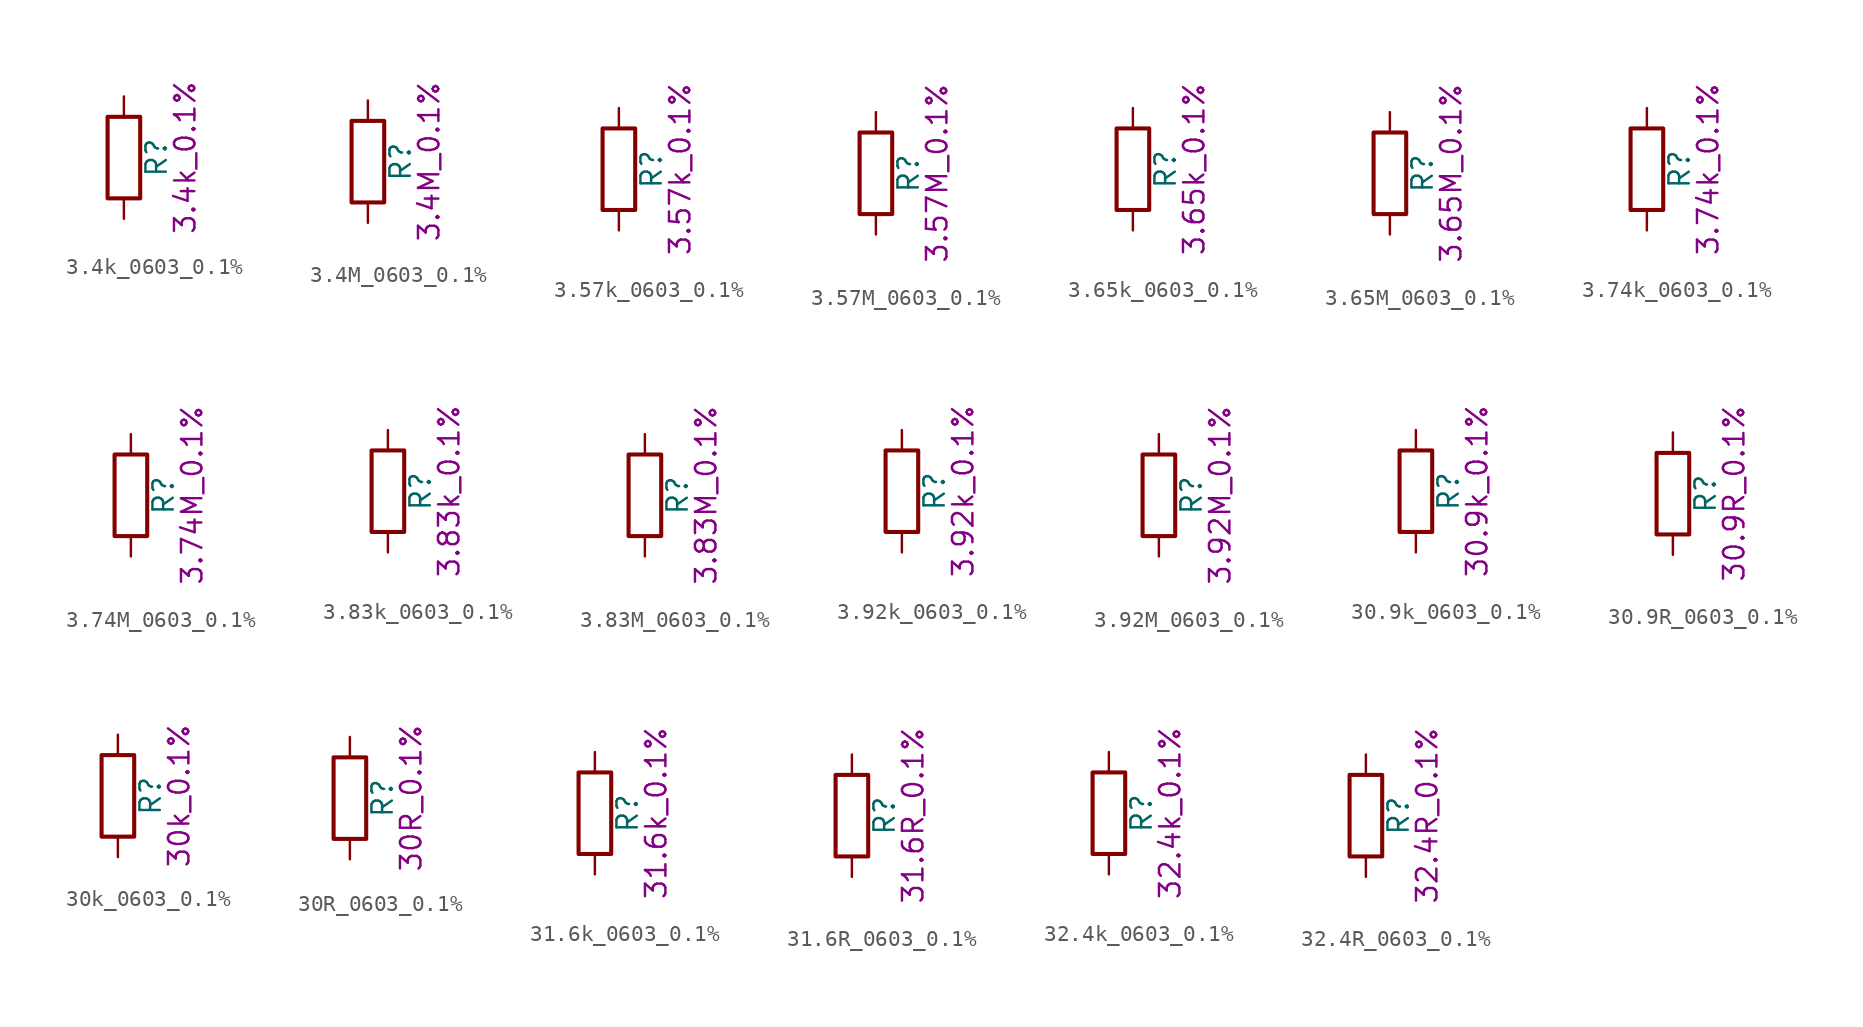
<source format=kicad_sym>
(kicad_symbol_lib
  (version 20211014)
  (generator kicad_symbol_editor)
  (symbol "3.4k_0603_0.1%"
    (pin_numbers hide)
    (pin_names
      (offset 0))
    (property "Reference" "R"
      (at 2.032 0 90)
      (effects (font (size 1.27 1.27))))
    (property "Display" "3.4k_0.1%"
      (at 3.81 0 90)
      (effects (font (size 1.27 1.27))))
    (symbol "3.4k_0603_0.1%_0_1"
      (rectangle (start -1.016 -2.54) (end 1.016 2.54) (stroke (width 0.254) (type default) (color 0 0 0 0)) (fill (type none))))
    (symbol "3.4k_0603_0.1%_1_1"
      (pin passive line (at 0 3.81 270) (length 1.27) (name "~" (effects (font (size 1.27 1.27)))) (number "1" (effects (font (size 1.27 1.27)))))
      (pin passive line (at 0 -3.81 90) (length 1.27) (name "~" (effects (font (size 1.27 1.27)))) (number "2" (effects (font (size 1.27 1.27)))))))
  (symbol "3.4M_0603_0.1%"
    (pin_numbers hide)
    (pin_names
      (offset 0))
    (property "Reference" "R"
      (at 2.032 0 90)
      (effects (font (size 1.27 1.27))))
    (property "Display" "3.4M_0.1%"
      (at 3.81 0 90)
      (effects (font (size 1.27 1.27))))
    (symbol "3.4M_0603_0.1%_0_1"
      (rectangle (start -1.016 -2.54) (end 1.016 2.54) (stroke (width 0.254) (type default) (color 0 0 0 0)) (fill (type none))))
    (symbol "3.4M_0603_0.1%_1_1"
      (pin passive line (at 0 3.81 270) (length 1.27) (name "~" (effects (font (size 1.27 1.27)))) (number "1" (effects (font (size 1.27 1.27)))))
      (pin passive line (at 0 -3.81 90) (length 1.27) (name "~" (effects (font (size 1.27 1.27)))) (number "2" (effects (font (size 1.27 1.27)))))))
  (symbol "3.57k_0603_0.1%"
    (pin_numbers hide)
    (pin_names
      (offset 0))
    (property "Reference" "R"
      (at 2.032 0 90)
      (effects (font (size 1.27 1.27))))
    (property "Display" "3.57k_0.1%"
      (at 3.81 0 90)
      (effects (font (size 1.27 1.27))))
    (symbol "3.57k_0603_0.1%_0_1"
      (rectangle (start -1.016 -2.54) (end 1.016 2.54) (stroke (width 0.254) (type default) (color 0 0 0 0)) (fill (type none))))
    (symbol "3.57k_0603_0.1%_1_1"
      (pin passive line (at 0 3.81 270) (length 1.27) (name "~" (effects (font (size 1.27 1.27)))) (number "1" (effects (font (size 1.27 1.27)))))
      (pin passive line (at 0 -3.81 90) (length 1.27) (name "~" (effects (font (size 1.27 1.27)))) (number "2" (effects (font (size 1.27 1.27)))))))
  (symbol "3.57M_0603_0.1%"
    (pin_numbers hide)
    (pin_names
      (offset 0))
    (property "Reference" "R"
      (at 2.032 0 90)
      (effects (font (size 1.27 1.27))))
    (property "Display" "3.57M_0.1%"
      (at 3.81 0 90)
      (effects (font (size 1.27 1.27))))
    (symbol "3.57M_0603_0.1%_0_1"
      (rectangle (start -1.016 -2.54) (end 1.016 2.54) (stroke (width 0.254) (type default) (color 0 0 0 0)) (fill (type none))))
    (symbol "3.57M_0603_0.1%_1_1"
      (pin passive line (at 0 3.81 270) (length 1.27) (name "~" (effects (font (size 1.27 1.27)))) (number "1" (effects (font (size 1.27 1.27)))))
      (pin passive line (at 0 -3.81 90) (length 1.27) (name "~" (effects (font (size 1.27 1.27)))) (number "2" (effects (font (size 1.27 1.27)))))))
  (symbol "3.65k_0603_0.1%"
    (pin_numbers hide)
    (pin_names
      (offset 0))
    (property "Reference" "R"
      (at 2.032 0 90)
      (effects (font (size 1.27 1.27))))
    (property "Display" "3.65k_0.1%"
      (at 3.81 0 90)
      (effects (font (size 1.27 1.27))))
    (symbol "3.65k_0603_0.1%_0_1"
      (rectangle (start -1.016 -2.54) (end 1.016 2.54) (stroke (width 0.254) (type default) (color 0 0 0 0)) (fill (type none))))
    (symbol "3.65k_0603_0.1%_1_1"
      (pin passive line (at 0 3.81 270) (length 1.27) (name "~" (effects (font (size 1.27 1.27)))) (number "1" (effects (font (size 1.27 1.27)))))
      (pin passive line (at 0 -3.81 90) (length 1.27) (name "~" (effects (font (size 1.27 1.27)))) (number "2" (effects (font (size 1.27 1.27)))))))
  (symbol "3.65M_0603_0.1%"
    (pin_numbers hide)
    (pin_names
      (offset 0))
    (property "Reference" "R"
      (at 2.032 0 90)
      (effects (font (size 1.27 1.27))))
    (property "Display" "3.65M_0.1%"
      (at 3.81 0 90)
      (effects (font (size 1.27 1.27))))
    (symbol "3.65M_0603_0.1%_0_1"
      (rectangle (start -1.016 -2.54) (end 1.016 2.54) (stroke (width 0.254) (type default) (color 0 0 0 0)) (fill (type none))))
    (symbol "3.65M_0603_0.1%_1_1"
      (pin passive line (at 0 3.81 270) (length 1.27) (name "~" (effects (font (size 1.27 1.27)))) (number "1" (effects (font (size 1.27 1.27)))))
      (pin passive line (at 0 -3.81 90) (length 1.27) (name "~" (effects (font (size 1.27 1.27)))) (number "2" (effects (font (size 1.27 1.27)))))))
  (symbol "3.74k_0603_0.1%"
    (pin_numbers hide)
    (pin_names
      (offset 0))
    (property "Reference" "R"
      (at 2.032 0 90)
      (effects (font (size 1.27 1.27))))
    (property "Display" "3.74k_0.1%"
      (at 3.81 0 90)
      (effects (font (size 1.27 1.27))))
    (symbol "3.74k_0603_0.1%_0_1"
      (rectangle (start -1.016 -2.54) (end 1.016 2.54) (stroke (width 0.254) (type default) (color 0 0 0 0)) (fill (type none))))
    (symbol "3.74k_0603_0.1%_1_1"
      (pin passive line (at 0 3.81 270) (length 1.27) (name "~" (effects (font (size 1.27 1.27)))) (number "1" (effects (font (size 1.27 1.27)))))
      (pin passive line (at 0 -3.81 90) (length 1.27) (name "~" (effects (font (size 1.27 1.27)))) (number "2" (effects (font (size 1.27 1.27)))))))
  (symbol "3.74M_0603_0.1%"
    (pin_numbers hide)
    (pin_names
      (offset 0))
    (property "Reference" "R"
      (at 2.032 0 90)
      (effects (font (size 1.27 1.27))))
    (property "Display" "3.74M_0.1%"
      (at 3.81 0 90)
      (effects (font (size 1.27 1.27))))
    (symbol "3.74M_0603_0.1%_0_1"
      (rectangle (start -1.016 -2.54) (end 1.016 2.54) (stroke (width 0.254) (type default) (color 0 0 0 0)) (fill (type none))))
    (symbol "3.74M_0603_0.1%_1_1"
      (pin passive line (at 0 3.81 270) (length 1.27) (name "~" (effects (font (size 1.27 1.27)))) (number "1" (effects (font (size 1.27 1.27)))))
      (pin passive line (at 0 -3.81 90) (length 1.27) (name "~" (effects (font (size 1.27 1.27)))) (number "2" (effects (font (size 1.27 1.27)))))))
  (symbol "3.83k_0603_0.1%"
    (pin_numbers hide)
    (pin_names
      (offset 0))
    (property "Reference" "R"
      (at 2.032 0 90)
      (effects (font (size 1.27 1.27))))
    (property "Display" "3.83k_0.1%"
      (at 3.81 0 90)
      (effects (font (size 1.27 1.27))))
    (symbol "3.83k_0603_0.1%_0_1"
      (rectangle (start -1.016 -2.54) (end 1.016 2.54) (stroke (width 0.254) (type default) (color 0 0 0 0)) (fill (type none))))
    (symbol "3.83k_0603_0.1%_1_1"
      (pin passive line (at 0 3.81 270) (length 1.27) (name "~" (effects (font (size 1.27 1.27)))) (number "1" (effects (font (size 1.27 1.27)))))
      (pin passive line (at 0 -3.81 90) (length 1.27) (name "~" (effects (font (size 1.27 1.27)))) (number "2" (effects (font (size 1.27 1.27)))))))
  (symbol "3.83M_0603_0.1%"
    (pin_numbers hide)
    (pin_names
      (offset 0))
    (property "Reference" "R"
      (at 2.032 0 90)
      (effects (font (size 1.27 1.27))))
    (property "Display" "3.83M_0.1%"
      (at 3.81 0 90)
      (effects (font (size 1.27 1.27))))
    (symbol "3.83M_0603_0.1%_0_1"
      (rectangle (start -1.016 -2.54) (end 1.016 2.54) (stroke (width 0.254) (type default) (color 0 0 0 0)) (fill (type none))))
    (symbol "3.83M_0603_0.1%_1_1"
      (pin passive line (at 0 3.81 270) (length 1.27) (name "~" (effects (font (size 1.27 1.27)))) (number "1" (effects (font (size 1.27 1.27)))))
      (pin passive line (at 0 -3.81 90) (length 1.27) (name "~" (effects (font (size 1.27 1.27)))) (number "2" (effects (font (size 1.27 1.27)))))))
  (symbol "3.92k_0603_0.1%"
    (pin_numbers hide)
    (pin_names
      (offset 0))
    (property "Reference" "R"
      (at 2.032 0 90)
      (effects (font (size 1.27 1.27))))
    (property "Display" "3.92k_0.1%"
      (at 3.81 0 90)
      (effects (font (size 1.27 1.27))))
    (symbol "3.92k_0603_0.1%_0_1"
      (rectangle (start -1.016 -2.54) (end 1.016 2.54) (stroke (width 0.254) (type default) (color 0 0 0 0)) (fill (type none))))
    (symbol "3.92k_0603_0.1%_1_1"
      (pin passive line (at 0 3.81 270) (length 1.27) (name "~" (effects (font (size 1.27 1.27)))) (number "1" (effects (font (size 1.27 1.27)))))
      (pin passive line (at 0 -3.81 90) (length 1.27) (name "~" (effects (font (size 1.27 1.27)))) (number "2" (effects (font (size 1.27 1.27)))))))
  (symbol "3.92M_0603_0.1%"
    (pin_numbers hide)
    (pin_names
      (offset 0))
    (property "Reference" "R"
      (at 2.032 0 90)
      (effects (font (size 1.27 1.27))))
    (property "Display" "3.92M_0.1%"
      (at 3.81 0 90)
      (effects (font (size 1.27 1.27))))
    (symbol "3.92M_0603_0.1%_0_1"
      (rectangle (start -1.016 -2.54) (end 1.016 2.54) (stroke (width 0.254) (type default) (color 0 0 0 0)) (fill (type none))))
    (symbol "3.92M_0603_0.1%_1_1"
      (pin passive line (at 0 3.81 270) (length 1.27) (name "~" (effects (font (size 1.27 1.27)))) (number "1" (effects (font (size 1.27 1.27)))))
      (pin passive line (at 0 -3.81 90) (length 1.27) (name "~" (effects (font (size 1.27 1.27)))) (number "2" (effects (font (size 1.27 1.27)))))))
  (symbol "30.9k_0603_0.1%"
    (pin_numbers hide)
    (pin_names
      (offset 0))
    (property "Reference" "R"
      (at 2.032 0 90)
      (effects (font (size 1.27 1.27))))
    (property "Display" "30.9k_0.1%"
      (at 3.81 0 90)
      (effects (font (size 1.27 1.27))))
    (symbol "30.9k_0603_0.1%_0_1"
      (rectangle (start -1.016 -2.54) (end 1.016 2.54) (stroke (width 0.254) (type default) (color 0 0 0 0)) (fill (type none))))
    (symbol "30.9k_0603_0.1%_1_1"
      (pin passive line (at 0 3.81 270) (length 1.27) (name "~" (effects (font (size 1.27 1.27)))) (number "1" (effects (font (size 1.27 1.27)))))
      (pin passive line (at 0 -3.81 90) (length 1.27) (name "~" (effects (font (size 1.27 1.27)))) (number "2" (effects (font (size 1.27 1.27)))))))
  (symbol "30.9R_0603_0.1%"
    (pin_numbers hide)
    (pin_names
      (offset 0))
    (property "Reference" "R"
      (at 2.032 0 90)
      (effects (font (size 1.27 1.27))))
    (property "Display" "30.9R_0.1%"
      (at 3.81 0 90)
      (effects (font (size 1.27 1.27))))
    (symbol "30.9R_0603_0.1%_0_1"
      (rectangle (start -1.016 -2.54) (end 1.016 2.54) (stroke (width 0.254) (type default) (color 0 0 0 0)) (fill (type none))))
    (symbol "30.9R_0603_0.1%_1_1"
      (pin passive line (at 0 3.81 270) (length 1.27) (name "~" (effects (font (size 1.27 1.27)))) (number "1" (effects (font (size 1.27 1.27)))))
      (pin passive line (at 0 -3.81 90) (length 1.27) (name "~" (effects (font (size 1.27 1.27)))) (number "2" (effects (font (size 1.27 1.27)))))))
  (symbol "30k_0603_0.1%"
    (pin_numbers hide)
    (pin_names
      (offset 0))
    (property "Reference" "R"
      (at 2.032 0 90)
      (effects (font (size 1.27 1.27))))
    (property "Display" "30k_0.1%"
      (at 3.81 0 90)
      (effects (font (size 1.27 1.27))))
    (symbol "30k_0603_0.1%_0_1"
      (rectangle (start -1.016 -2.54) (end 1.016 2.54) (stroke (width 0.254) (type default) (color 0 0 0 0)) (fill (type none))))
    (symbol "30k_0603_0.1%_1_1"
      (pin passive line (at 0 3.81 270) (length 1.27) (name "~" (effects (font (size 1.27 1.27)))) (number "1" (effects (font (size 1.27 1.27)))))
      (pin passive line (at 0 -3.81 90) (length 1.27) (name "~" (effects (font (size 1.27 1.27)))) (number "2" (effects (font (size 1.27 1.27)))))))
  (symbol "30R_0603_0.1%"
    (pin_numbers hide)
    (pin_names
      (offset 0))
    (property "Reference" "R"
      (at 2.032 0 90)
      (effects (font (size 1.27 1.27))))
    (property "Display" "30R_0.1%"
      (at 3.81 0 90)
      (effects (font (size 1.27 1.27))))
    (symbol "30R_0603_0.1%_0_1"
      (rectangle (start -1.016 -2.54) (end 1.016 2.54) (stroke (width 0.254) (type default) (color 0 0 0 0)) (fill (type none))))
    (symbol "30R_0603_0.1%_1_1"
      (pin passive line (at 0 3.81 270) (length 1.27) (name "~" (effects (font (size 1.27 1.27)))) (number "1" (effects (font (size 1.27 1.27)))))
      (pin passive line (at 0 -3.81 90) (length 1.27) (name "~" (effects (font (size 1.27 1.27)))) (number "2" (effects (font (size 1.27 1.27)))))))
  (symbol "31.6k_0603_0.1%"
    (pin_numbers hide)
    (pin_names
      (offset 0))
    (property "Reference" "R"
      (at 2.032 0 90)
      (effects (font (size 1.27 1.27))))
    (property "Display" "31.6k_0.1%"
      (at 3.81 0 90)
      (effects (font (size 1.27 1.27))))
    (symbol "31.6k_0603_0.1%_0_1"
      (rectangle (start -1.016 -2.54) (end 1.016 2.54) (stroke (width 0.254) (type default) (color 0 0 0 0)) (fill (type none))))
    (symbol "31.6k_0603_0.1%_1_1"
      (pin passive line (at 0 3.81 270) (length 1.27) (name "~" (effects (font (size 1.27 1.27)))) (number "1" (effects (font (size 1.27 1.27)))))
      (pin passive line (at 0 -3.81 90) (length 1.27) (name "~" (effects (font (size 1.27 1.27)))) (number "2" (effects (font (size 1.27 1.27)))))))
  (symbol "31.6R_0603_0.1%"
    (pin_numbers hide)
    (pin_names
      (offset 0))
    (property "Reference" "R"
      (at 2.032 0 90)
      (effects (font (size 1.27 1.27))))
    (property "Display" "31.6R_0.1%"
      (at 3.81 0 90)
      (effects (font (size 1.27 1.27))))
    (symbol "31.6R_0603_0.1%_0_1"
      (rectangle (start -1.016 -2.54) (end 1.016 2.54) (stroke (width 0.254) (type default) (color 0 0 0 0)) (fill (type none))))
    (symbol "31.6R_0603_0.1%_1_1"
      (pin passive line (at 0 3.81 270) (length 1.27) (name "~" (effects (font (size 1.27 1.27)))) (number "1" (effects (font (size 1.27 1.27)))))
      (pin passive line (at 0 -3.81 90) (length 1.27) (name "~" (effects (font (size 1.27 1.27)))) (number "2" (effects (font (size 1.27 1.27)))))))
  (symbol "32.4k_0603_0.1%"
    (pin_numbers hide)
    (pin_names
      (offset 0))
    (property "Reference" "R"
      (at 2.032 0 90)
      (effects (font (size 1.27 1.27))))
    (property "Display" "32.4k_0.1%"
      (at 3.81 0 90)
      (effects (font (size 1.27 1.27))))
    (symbol "32.4k_0603_0.1%_0_1"
      (rectangle (start -1.016 -2.54) (end 1.016 2.54) (stroke (width 0.254) (type default) (color 0 0 0 0)) (fill (type none))))
    (symbol "32.4k_0603_0.1%_1_1"
      (pin passive line (at 0 3.81 270) (length 1.27) (name "~" (effects (font (size 1.27 1.27)))) (number "1" (effects (font (size 1.27 1.27)))))
      (pin passive line (at 0 -3.81 90) (length 1.27) (name "~" (effects (font (size 1.27 1.27)))) (number "2" (effects (font (size 1.27 1.27)))))))
  (symbol "32.4R_0603_0.1%"
    (pin_numbers hide)
    (pin_names
      (offset 0))
    (property "Reference" "R"
      (at 2.032 0 90)
      (effects (font (size 1.27 1.27))))
    (property "Display" "32.4R_0.1%"
      (at 3.81 0 90)
      (effects (font (size 1.27 1.27))))
    (symbol "32.4R_0603_0.1%_0_1"
      (rectangle (start -1.016 -2.54) (end 1.016 2.54) (stroke (width 0.254) (type default) (color 0 0 0 0)) (fill (type none))))
    (symbol "32.4R_0603_0.1%_1_1"
      (pin passive line (at 0 3.81 270) (length 1.27) (name "~" (effects (font (size 1.27 1.27)))) (number "1" (effects (font (size 1.27 1.27)))))
      (pin passive line (at 0 -3.81 90) (length 1.27) (name "~" (effects (font (size 1.27 1.27)))) (number "2" (effects (font (size 1.27 1.27))))))))
</source>
